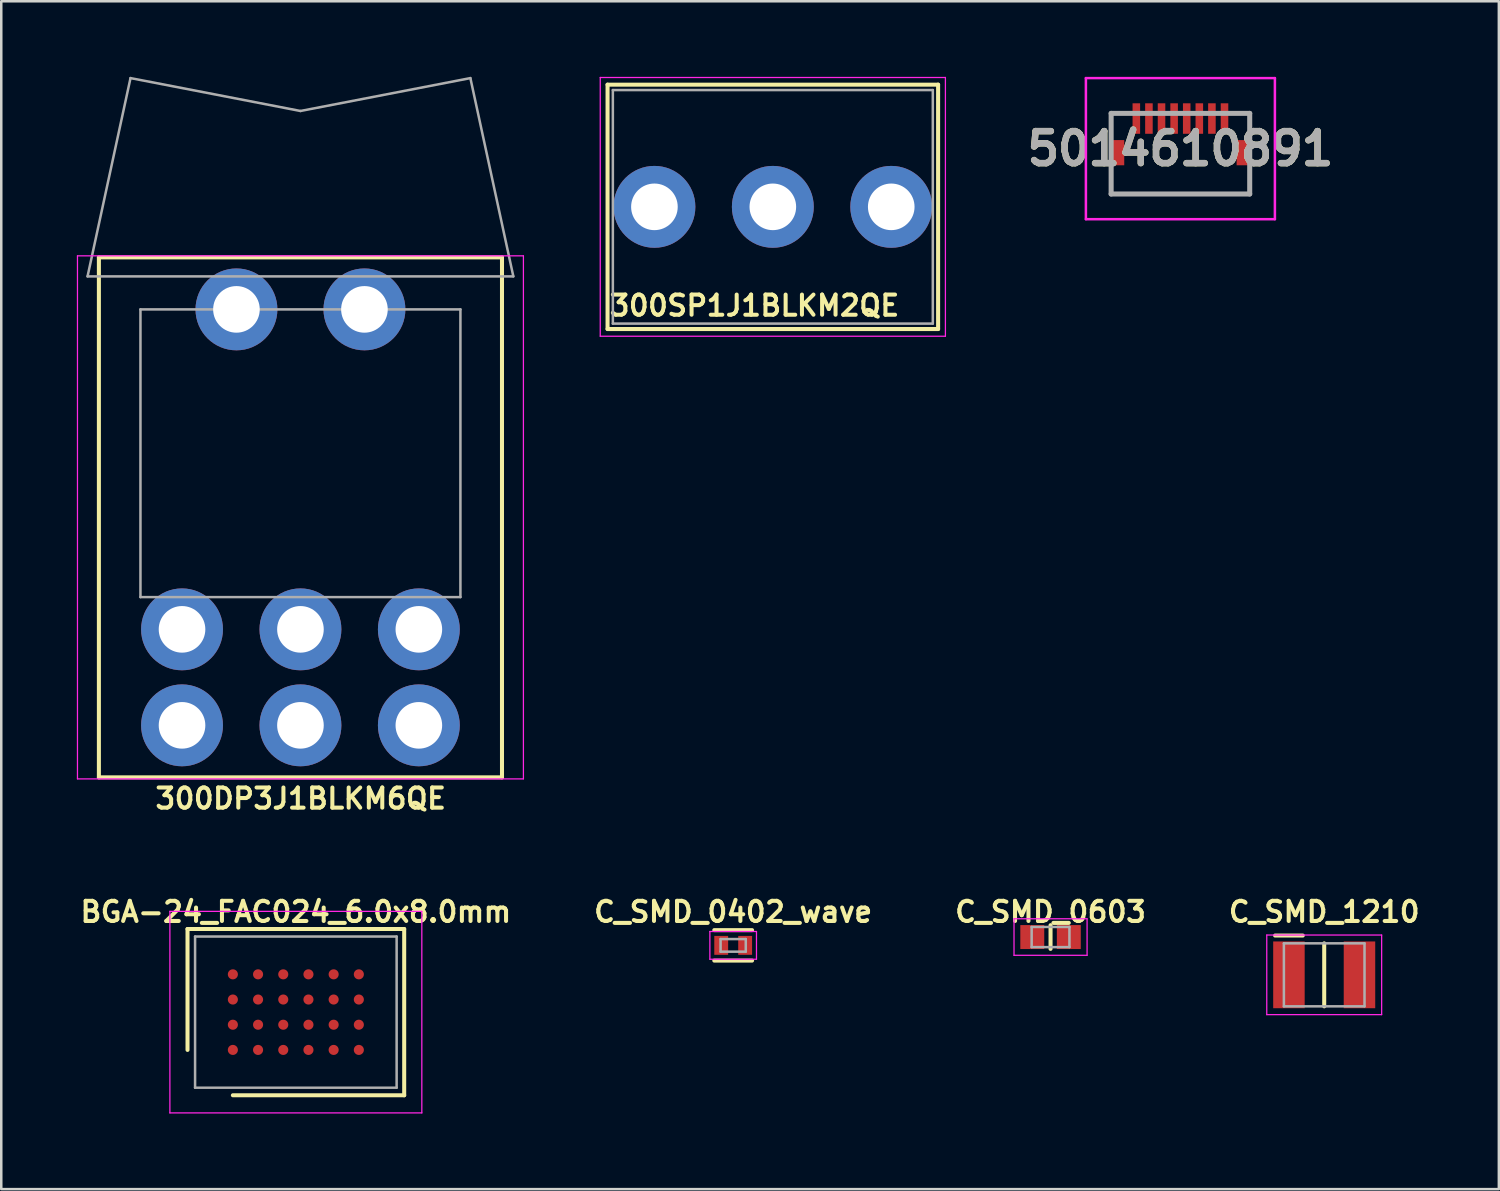
<source format=kicad_pcb>
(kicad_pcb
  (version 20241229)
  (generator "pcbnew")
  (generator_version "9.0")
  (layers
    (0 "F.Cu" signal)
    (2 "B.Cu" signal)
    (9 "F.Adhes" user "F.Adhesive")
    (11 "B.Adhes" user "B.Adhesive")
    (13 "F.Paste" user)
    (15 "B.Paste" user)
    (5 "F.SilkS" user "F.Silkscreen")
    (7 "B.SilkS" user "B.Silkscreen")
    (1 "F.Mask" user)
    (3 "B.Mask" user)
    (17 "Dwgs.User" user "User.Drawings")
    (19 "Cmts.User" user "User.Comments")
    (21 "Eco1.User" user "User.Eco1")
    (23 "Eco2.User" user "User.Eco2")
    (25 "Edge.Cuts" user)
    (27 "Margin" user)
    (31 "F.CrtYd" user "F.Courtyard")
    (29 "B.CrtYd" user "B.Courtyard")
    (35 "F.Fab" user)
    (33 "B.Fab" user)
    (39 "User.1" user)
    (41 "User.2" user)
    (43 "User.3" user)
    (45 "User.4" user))
  (footprint "C_SMD_1210"
    (layer "F.Cu")
    (at 49.51 35.643)
    (property "Reference" "C_SMD_1210" (at 0 -2.5 0) (layer "F.SilkS") (effects (font (size 0.8 0.8) (thickness 0.16))))
    (attr smd)
    (fp_line (start -0.85 -1.56) (end -1.95 -1.56) (stroke (width 0.16) (type solid)) (layer "F.SilkS"))
    (fp_line (start 0 1.25) (end 0 -1.25) (stroke (width 0.16) (type solid)) (layer "F.SilkS"))
    (fp_line (start -2.28 -1.58) (end 2.28 -1.58) (stroke (width 0.05) (type solid)) (layer "F.CrtYd"))
    (fp_line (start -2.28 1.58) (end -2.28 -1.58) (stroke (width 0.05) (type solid)) (layer "F.CrtYd"))
    (fp_line (start 2.28 -1.58) (end 2.28 1.58) (stroke (width 0.05) (type solid)) (layer "F.CrtYd"))
    (fp_line (start 2.28 1.58) (end -2.28 1.58) (stroke (width 0.05) (type solid)) (layer "F.CrtYd"))
    (fp_line (start -1.6 -1.25) (end 1.6 -1.25) (stroke (width 0.1) (type solid)) (layer "F.Fab"))
    (fp_line (start -1.6 1.25) (end -1.6 -1.25) (stroke (width 0.1) (type solid)) (layer "F.Fab"))
    (fp_line (start 1.6 -1.25) (end 1.6 1.25) (stroke (width 0.1) (type solid)) (layer "F.Fab"))
    (fp_line (start 1.6 1.25) (end -1.6 1.25) (stroke (width 0.1) (type solid)) (layer "F.Fab"))
    (pad "1" smd rect (at -1.4 0) (size 1.25 2.65) (layers "F.Cu" "F.Mask" "F.Paste"))
    (pad "2" smd rect (at 1.4 0) (size 1.25 2.65) (layers "F.Cu" "F.Mask" "F.Paste")))
  (footprint "BGA-24_FAC024_6.0x8.0mm"
    (layer "F.Cu")
    (at 8.693 37.123)
    (property "Reference" "BGA-24_FAC024_6.0x8.0mm" (at 0 -3.98 0) (layer "F.SilkS") (effects (font (size 0.8 0.8) (thickness 0.16))))
    (attr through_hole)
    (fp_line (start -4.3 -3.3) (end -4.3 1.5) (stroke (width 0.16) (type solid)) (layer "F.SilkS"))
    (fp_line (start -2.5 3.3) (end 4.3 3.3) (stroke (width 0.16) (type solid)) (layer "F.SilkS"))
    (fp_line (start 4.3 -3.3) (end -4.3 -3.3) (stroke (width 0.16) (type solid)) (layer "F.SilkS"))
    (fp_line (start 4.3 3.3) (end 4.3 -3.3) (stroke (width 0.16) (type solid)) (layer "F.SilkS"))
    (fp_line (start -5 -4) (end 5 -4) (stroke (width 0.05) (type solid)) (layer "F.CrtYd"))
    (fp_line (start -5 4) (end -5 -4) (stroke (width 0.05) (type solid)) (layer "F.CrtYd"))
    (fp_line (start 5 -4) (end 5 4) (stroke (width 0.05) (type solid)) (layer "F.CrtYd"))
    (fp_line (start 5 4) (end -5 4) (stroke (width 0.05) (type solid)) (layer "F.CrtYd"))
    (fp_line (start -4 -3) (end 4 -3) (stroke (width 0.1) (type solid)) (layer "F.Fab"))
    (fp_line (start -4 3) (end -4 -3) (stroke (width 0.1) (type solid)) (layer "F.Fab"))
    (fp_line (start 4 -3) (end 4 3) (stroke (width 0.1) (type solid)) (layer "F.Fab"))
    (fp_line (start 4 3) (end -4 3) (stroke (width 0.1) (type solid)) (layer "F.Fab"))
    (pad "A1" smd circle (at -2.5 1.5 180) (size 0.4 0.4) (layers "F.Cu" "F.Mask" "F.Paste"))
    (pad "A2" smd circle (at -2.5 0.5 180) (size 0.4 0.4) (layers "F.Cu" "F.Mask" "F.Paste"))
    (pad "A3" smd circle (at -2.5 -0.5 180) (size 0.4 0.4) (layers "F.Cu" "F.Mask" "F.Paste"))
    (pad "A4" smd circle (at -2.5 -1.5 180) (size 0.4 0.4) (layers "F.Cu" "F.Mask" "F.Paste"))
    (pad "B1" smd circle (at -1.5 1.5 180) (size 0.4 0.4) (layers "F.Cu" "F.Mask" "F.Paste"))
    (pad "B2" smd circle (at -1.5 0.5 180) (size 0.4 0.4) (layers "F.Cu" "F.Mask" "F.Paste"))
    (pad "B3" smd circle (at -1.5 -0.5 180) (size 0.4 0.4) (layers "F.Cu" "F.Mask" "F.Paste"))
    (pad "B4" smd circle (at -1.5 -1.5 180) (size 0.4 0.4) (layers "F.Cu" "F.Mask" "F.Paste"))
    (pad "C1" smd circle (at -0.5 1.5 180) (size 0.4 0.4) (layers "F.Cu" "F.Mask" "F.Paste"))
    (pad "C2" smd circle (at -0.5 0.5 180) (size 0.4 0.4) (layers "F.Cu" "F.Mask" "F.Paste"))
    (pad "C3" smd circle (at -0.5 -0.5 180) (size 0.4 0.4) (layers "F.Cu" "F.Mask" "F.Paste"))
    (pad "C4" smd circle (at -0.5 -1.5 180) (size 0.4 0.4) (layers "F.Cu" "F.Mask" "F.Paste"))
    (pad "D1" smd circle (at 0.5 1.5 180) (size 0.4 0.4) (layers "F.Cu" "F.Mask" "F.Paste"))
    (pad "D2" smd circle (at 0.5 0.5 180) (size 0.4 0.4) (layers "F.Cu" "F.Mask" "F.Paste"))
    (pad "D3" smd circle (at 0.5 -0.5 180) (size 0.4 0.4) (layers "F.Cu" "F.Mask" "F.Paste"))
    (pad "D4" smd circle (at 0.5 -1.5 180) (size 0.4 0.4) (layers "F.Cu" "F.Mask" "F.Paste"))
    (pad "E1" smd circle (at 1.5 1.5 180) (size 0.4 0.4) (layers "F.Cu" "F.Mask" "F.Paste"))
    (pad "E2" smd circle (at 1.5 0.5 180) (size 0.4 0.4) (layers "F.Cu" "F.Mask" "F.Paste"))
    (pad "E3" smd circle (at 1.5 -0.5 180) (size 0.4 0.4) (layers "F.Cu" "F.Mask" "F.Paste"))
    (pad "E4" smd circle (at 1.5 -1.5 180) (size 0.4 0.4) (layers "F.Cu" "F.Mask" "F.Paste"))
    (pad "F1" smd circle (at 2.5 1.5 180) (size 0.4 0.4) (layers "F.Cu" "F.Mask" "F.Paste"))
    (pad "F2" smd circle (at 2.5 0.5 180) (size 0.4 0.4) (layers "F.Cu" "F.Mask" "F.Paste"))
    (pad "F3" smd circle (at 2.5 -0.5 180) (size 0.4 0.4) (layers "F.Cu" "F.Mask" "F.Paste"))
    (pad "F4" smd circle (at 2.5 -1.5 180) (size 0.4 0.4) (layers "F.Cu" "F.Mask" "F.Paste")))
  (footprint "300SP1J1BLKM2QE"
    (layer "F.Cu")
    (at 27.625 5.16)
    (property "Reference" "300SP1J1BLKM2QE" (at -0.73 3.92 0) (layer "F.SilkS") (effects (font (size 0.8 0.8) (thickness 0.16))))
    (attr through_hole)
    (fp_line (start -6.56 4.85) (end -6.56 -4.85) (stroke (width 0.16) (type solid)) (layer "F.SilkS"))
    (fp_line (start -6.56 4.85) (end 6.56 4.85) (stroke (width 0.16) (type solid)) (layer "F.SilkS"))
    (fp_line (start 6.56 -4.85) (end -6.56 -4.85) (stroke (width 0.16) (type solid)) (layer "F.SilkS"))
    (fp_line (start 6.56 -4.85) (end 6.56 4.85) (stroke (width 0.16) (type solid)) (layer "F.SilkS"))
    (fp_line (start -6.85 -5.135) (end -6.85 5.135) (stroke (width 0.05) (type solid)) (layer "F.CrtYd"))
    (fp_line (start -6.85 -5.135) (end 6.85 -5.135) (stroke (width 0.05) (type solid)) (layer "F.CrtYd"))
    (fp_line (start 6.85 5.135) (end -6.85 5.135) (stroke (width 0.05) (type solid)) (layer "F.CrtYd"))
    (fp_line (start 6.85 5.135) (end 6.85 -5.135) (stroke (width 0.05) (type solid)) (layer "F.CrtYd"))
    (fp_line (start -6.35 -4.635) (end 6.35 -4.635) (stroke (width 0.1) (type solid)) (layer "F.Fab"))
    (fp_line (start -6.35 4.635) (end -6.35 -4.635) (stroke (width 0.1) (type solid)) (layer "F.Fab"))
    (fp_line (start 6.35 -4.635) (end 6.35 4.635) (stroke (width 0.1) (type solid)) (layer "F.Fab"))
    (fp_line (start 6.35 4.635) (end -6.35 4.635) (stroke (width 0.1) (type solid)) (layer "F.Fab"))
    (pad "1" thru_hole circle (at -4.7 0) (size 3.25 3.25) (drill 1.85) (layers "*.Cu" "*.Mask"))
    (pad "2" thru_hole circle (at 0 0) (size 3.25 3.25) (drill 1.85) (layers "*.Cu" "*.Mask"))
    (pad "3" thru_hole circle (at 4.7 0) (size 3.25 3.25) (drill 1.85) (layers "*.Cu" "*.Mask")))
  (footprint "300DP3J1BLKM6QE"
    (layer "F.Cu")
    (at 8.875 23.835)
    (property "Reference" "300DP3J1BLKM6QE" (at 0.01 4.81 0) (layer "F.SilkS") (effects (font (size 0.8 0.8) (thickness 0.16))))
    (attr through_hole)
    (fp_line (start -8 -16.67) (end 8 -16.67) (stroke (width 0.16) (type solid)) (layer "F.SilkS"))
    (fp_line (start -8 3.97) (end -8 -16.67) (stroke (width 0.16) (type solid)) (layer "F.SilkS"))
    (fp_line (start -8 3.97) (end 8 3.97) (stroke (width 0.16) (type solid)) (layer "F.SilkS"))
    (fp_line (start 8 3.97) (end 8 -16.67) (stroke (width 0.16) (type solid)) (layer "F.SilkS"))
    (fp_line (start -8.85 -16.73) (end -8.85 4.03) (stroke (width 0.05) (type solid)) (layer "F.CrtYd"))
    (fp_line (start -8.85 -16.73) (end 8.85 -16.73) (stroke (width 0.05) (type solid)) (layer "F.CrtYd"))
    (fp_line (start -8.85 4.03) (end 8.85 4.03) (stroke (width 0.05) (type solid)) (layer "F.CrtYd"))
    (fp_line (start 8.85 4.03) (end 8.85 -16.73) (stroke (width 0.05) (type solid)) (layer "F.CrtYd"))
    (fp_line (start -8.45 -15.915) (end 8.45 -15.915) (stroke (width 0.1) (type solid)) (layer "F.Fab"))
    (fp_line (start -6.745 -23.785) (end -8.45 -15.915) (stroke (width 0.1) (type solid)) (layer "F.Fab"))
    (fp_line (start -6.745 -23.785) (end 0 -22.48) (stroke (width 0.1) (type solid)) (layer "F.Fab"))
    (fp_line (start -6.35 -14.605) (end -6.35 -3.185) (stroke (width 0.1) (type solid)) (layer "F.Fab"))
    (fp_line (start -6.35 -14.605) (end 6.35 -14.605) (stroke (width 0.1) (type solid)) (layer "F.Fab"))
    (fp_line (start -6.35 -3.185) (end 6.35 -3.185) (stroke (width 0.1) (type solid)) (layer "F.Fab"))
    (fp_line (start 0 -22.48) (end 6.745 -23.785) (stroke (width 0.1) (type solid)) (layer "F.Fab"))
    (fp_line (start 6.35 -14.605) (end 6.35 -3.185) (stroke (width 0.1) (type solid)) (layer "F.Fab"))
    (fp_line (start 6.745 -23.785) (end 8.45 -15.915) (stroke (width 0.1) (type solid)) (layer "F.Fab"))
    (pad "1" thru_hole circle (at -4.7 -1.905) (size 3.25 3.25) (drill 1.85) (layers "*.Cu" "*.Mask"))
    (pad "2" thru_hole circle (at 0 -1.905) (size 3.25 3.25) (drill 1.85) (layers "*.Cu" "*.Mask"))
    (pad "3" thru_hole circle (at 4.7 -1.905) (size 3.25 3.25) (drill 1.85) (layers "*.Cu" "*.Mask"))
    (pad "4" thru_hole circle (at -4.7 1.905) (size 3.25 3.25) (drill 1.85) (layers "*.Cu" "*.Mask"))
    (pad "5" thru_hole circle (at 0 1.905) (size 3.25 3.25) (drill 1.85) (layers "*.Cu" "*.Mask"))
    (pad "6" thru_hole circle (at 4.7 1.905) (size 3.25 3.25) (drill 1.85) (layers "*.Cu" "*.Mask"))
    (pad "MT" thru_hole circle (at -2.54 -14.605) (size 3.25 3.25) (drill 1.85) (layers "*.Cu" "*.Mask"))
    (pad "MT" thru_hole circle (at 2.54 -14.605) (size 3.25 3.25) (drill 1.85) (layers "*.Cu" "*.Mask")))
  (footprint "5014610891"
    (layer "F.Cu")
    (at 43.802 3.05)
    (property "Reference" "5014610891" (at 0 -0.2 0) (layer "F.SilkS") (effects (font (size 1.27 1.27) (thickness 0.254))))
    (attr smd)
    (fp_line (start -2.751 -1.6) (end -2.751 -0.9) (stroke (width 0.1) (type solid)) (layer "F.SilkS"))
    (fp_line (start -2.751 0.85) (end -2.749 1.6) (stroke (width 0.1) (type solid)) (layer "F.SilkS"))
    (fp_line (start -2.749 1.6) (end 2.743 1.6) (stroke (width 0.1) (type solid)) (layer "F.SilkS"))
    (fp_line (start -2.249 -1.6) (end -2.751 -1.6) (stroke (width 0.1) (type solid)) (layer "F.SilkS"))
    (fp_line (start 2.251 -1.6) (end 2.743 -1.6) (stroke (width 0.1) (type solid)) (layer "F.SilkS"))
    (fp_line (start 2.743 -1.6) (end 2.743 -0.9) (stroke (width 0.1) (type solid)) (layer "F.SilkS"))
    (fp_line (start 2.743 1.6) (end 2.743 0.85) (stroke (width 0.1) (type solid)) (layer "F.SilkS"))
    (fp_line (start -3.751 -3) (end 3.751 -3) (stroke (width 0.1) (type solid)) (layer "F.CrtYd"))
    (fp_line (start -3.751 2.6) (end -3.751 -3) (stroke (width 0.1) (type solid)) (layer "F.CrtYd"))
    (fp_line (start 3.751 -3) (end 3.751 2.6) (stroke (width 0.1) (type solid)) (layer "F.CrtYd"))
    (fp_line (start 3.751 2.6) (end -3.751 2.6) (stroke (width 0.1) (type solid)) (layer "F.CrtYd"))
    (fp_line (start -2.749 -1.6) (end 2.751 -1.6) (stroke (width 0.2) (type solid)) (layer "F.Fab"))
    (fp_line (start -2.749 1.6) (end -2.749 -1.6) (stroke (width 0.2) (type solid)) (layer "F.Fab"))
    (fp_line (start 2.751 -1.6) (end 2.751 1.6) (stroke (width 0.2) (type solid)) (layer "F.Fab"))
    (fp_line (start 2.751 1.6) (end -2.749 1.6) (stroke (width 0.2) (type solid)) (layer "F.Fab"))
    (fp_text user "${REFERENCE}" (at 0 -0.2 0) (layer "F.Fab") (effects (font (size 1.27 1.27) (thickness 0.254))))
    (pad "1" smd rect (at -1.749 -1.395) (size 0.3 1.21) (layers "F.Cu" "F.Mask" "F.Paste"))
    (pad "2" smd rect (at -1.249 -1.395) (size 0.3 1.21) (layers "F.Cu" "F.Mask" "F.Paste"))
    (pad "3" smd rect (at -0.749 -1.395) (size 0.3 1.21) (layers "F.Cu" "F.Mask" "F.Paste"))
    (pad "4" smd rect (at -0.249 -1.395) (size 0.3 1.21) (layers "F.Cu" "F.Mask" "F.Paste"))
    (pad "5" smd rect (at 0.251 -1.395) (size 0.3 1.21) (layers "F.Cu" "F.Mask" "F.Paste"))
    (pad "6" smd rect (at 0.751 -1.395) (size 0.3 1.21) (layers "F.Cu" "F.Mask" "F.Paste"))
    (pad "7" smd rect (at 1.251 -1.395) (size 0.3 1.21) (layers "F.Cu" "F.Mask" "F.Paste"))
    (pad "8" smd rect (at 1.751 -1.395) (size 0.3 1.21) (layers "F.Cu" "F.Mask" "F.Paste"))
    (pad "MP1" smd rect (at -2.489 -0.04) (size 0.52 1) (layers "F.Cu" "F.Mask" "F.Paste"))
    (pad "MP2" smd rect (at 2.491 -0.04) (size 0.52 1) (layers "F.Cu" "F.Mask" "F.Paste")))
  (footprint "C_SMD_0402_wave"
    (layer "F.Cu")
    (at 25.576 34.473)
    (property "Reference" "C_SMD_0402_wave" (at 0.475 -1.33 0) (layer "F.SilkS") (effects (font (size 0.8 0.8) (thickness 0.16))))
    (attr through_hole)
    (fp_line (start -0.275 -0.605) (end 1.225 -0.605) (stroke (width 0.16) (type solid)) (layer "F.SilkS"))
    (fp_line (start -0.275 0.605) (end 1.225 0.605) (stroke (width 0.16) (type solid)) (layer "F.SilkS"))
    (fp_line (start -0.45 -0.55) (end 1.4 -0.55) (stroke (width 0.05) (type solid)) (layer "F.CrtYd"))
    (fp_line (start -0.45 0.55) (end -0.45 -0.55) (stroke (width 0.05) (type solid)) (layer "F.CrtYd"))
    (fp_line (start -0.45 0.55) (end 1.4 0.55) (stroke (width 0.05) (type solid)) (layer "F.CrtYd"))
    (fp_line (start 1.4 0.55) (end 1.4 -0.55) (stroke (width 0.05) (type solid)) (layer "F.CrtYd"))
    (fp_line (start -0.025 -0.25) (end 0.975 -0.25) (stroke (width 0.1) (type solid)) (layer "F.Fab"))
    (fp_line (start -0.025 0.25) (end -0.025 -0.25) (stroke (width 0.1) (type solid)) (layer "F.Fab"))
    (fp_line (start -0.025 0.25) (end 0.975 0.25) (stroke (width 0.1) (type solid)) (layer "F.Fab"))
    (fp_line (start 0.975 0.25) (end 0.975 -0.25) (stroke (width 0.1) (type solid)) (layer "F.Fab"))
    (pad "1" smd rect (at 0 0) (size 0.55 0.75) (layers "F.Cu" "F.Mask" "F.Paste"))
    (pad "2" smd rect (at 0.95 0) (size 0.55 0.75) (layers "F.Cu" "F.Mask" "F.Paste")))
  (footprint "C_SMD_0603"
    (layer "F.Cu")
    (at 38.648 34.143)
    (property "Reference" "C_SMD_0603" (at 0 -1 0) (layer "F.SilkS") (effects (font (size 0.8 0.8) (thickness 0.16))))
    (attr through_hole)
    (fp_line (start 0 -0.47) (end 0 0.47) (stroke (width 0.16) (type solid)) (layer "F.SilkS"))
    (fp_line (start -1.45 -0.725) (end -1.45 0.725) (stroke (width 0.05) (type solid)) (layer "F.CrtYd"))
    (fp_line (start -1.45 -0.725) (end 1.45 -0.725) (stroke (width 0.05) (type solid)) (layer "F.CrtYd"))
    (fp_line (start 1.45 0.725) (end -1.45 0.725) (stroke (width 0.05) (type solid)) (layer "F.CrtYd"))
    (fp_line (start 1.45 0.725) (end 1.45 -0.725) (stroke (width 0.05) (type solid)) (layer "F.CrtYd"))
    (fp_line (start -0.75 -0.4) (end -0.75 0.4) (stroke (width 0.1) (type solid)) (layer "F.Fab"))
    (fp_line (start -0.75 0.4) (end 0.75 0.4) (stroke (width 0.1) (type solid)) (layer "F.Fab"))
    (fp_line (start 0.75 -0.4) (end -0.75 -0.4) (stroke (width 0.1) (type solid)) (layer "F.Fab"))
    (fp_line (start 0.75 0.4) (end 0.75 -0.4) (stroke (width 0.1) (type solid)) (layer "F.Fab"))
    (pad "1" smd rect (at -0.725 0) (size 0.95 0.95) (layers "F.Cu" "F.Mask" "F.Paste"))
    (pad "2" smd rect (at 0.725 0) (size 0.95 0.95) (layers "F.Cu" "F.Mask" "F.Paste")))
  (gr_rect
    (start -3 -3)
    (end 56.442 44.148)
    (stroke (width 0.1) (type default))
    (fill no)
    (layer "Edge.Cuts")))
</source>
